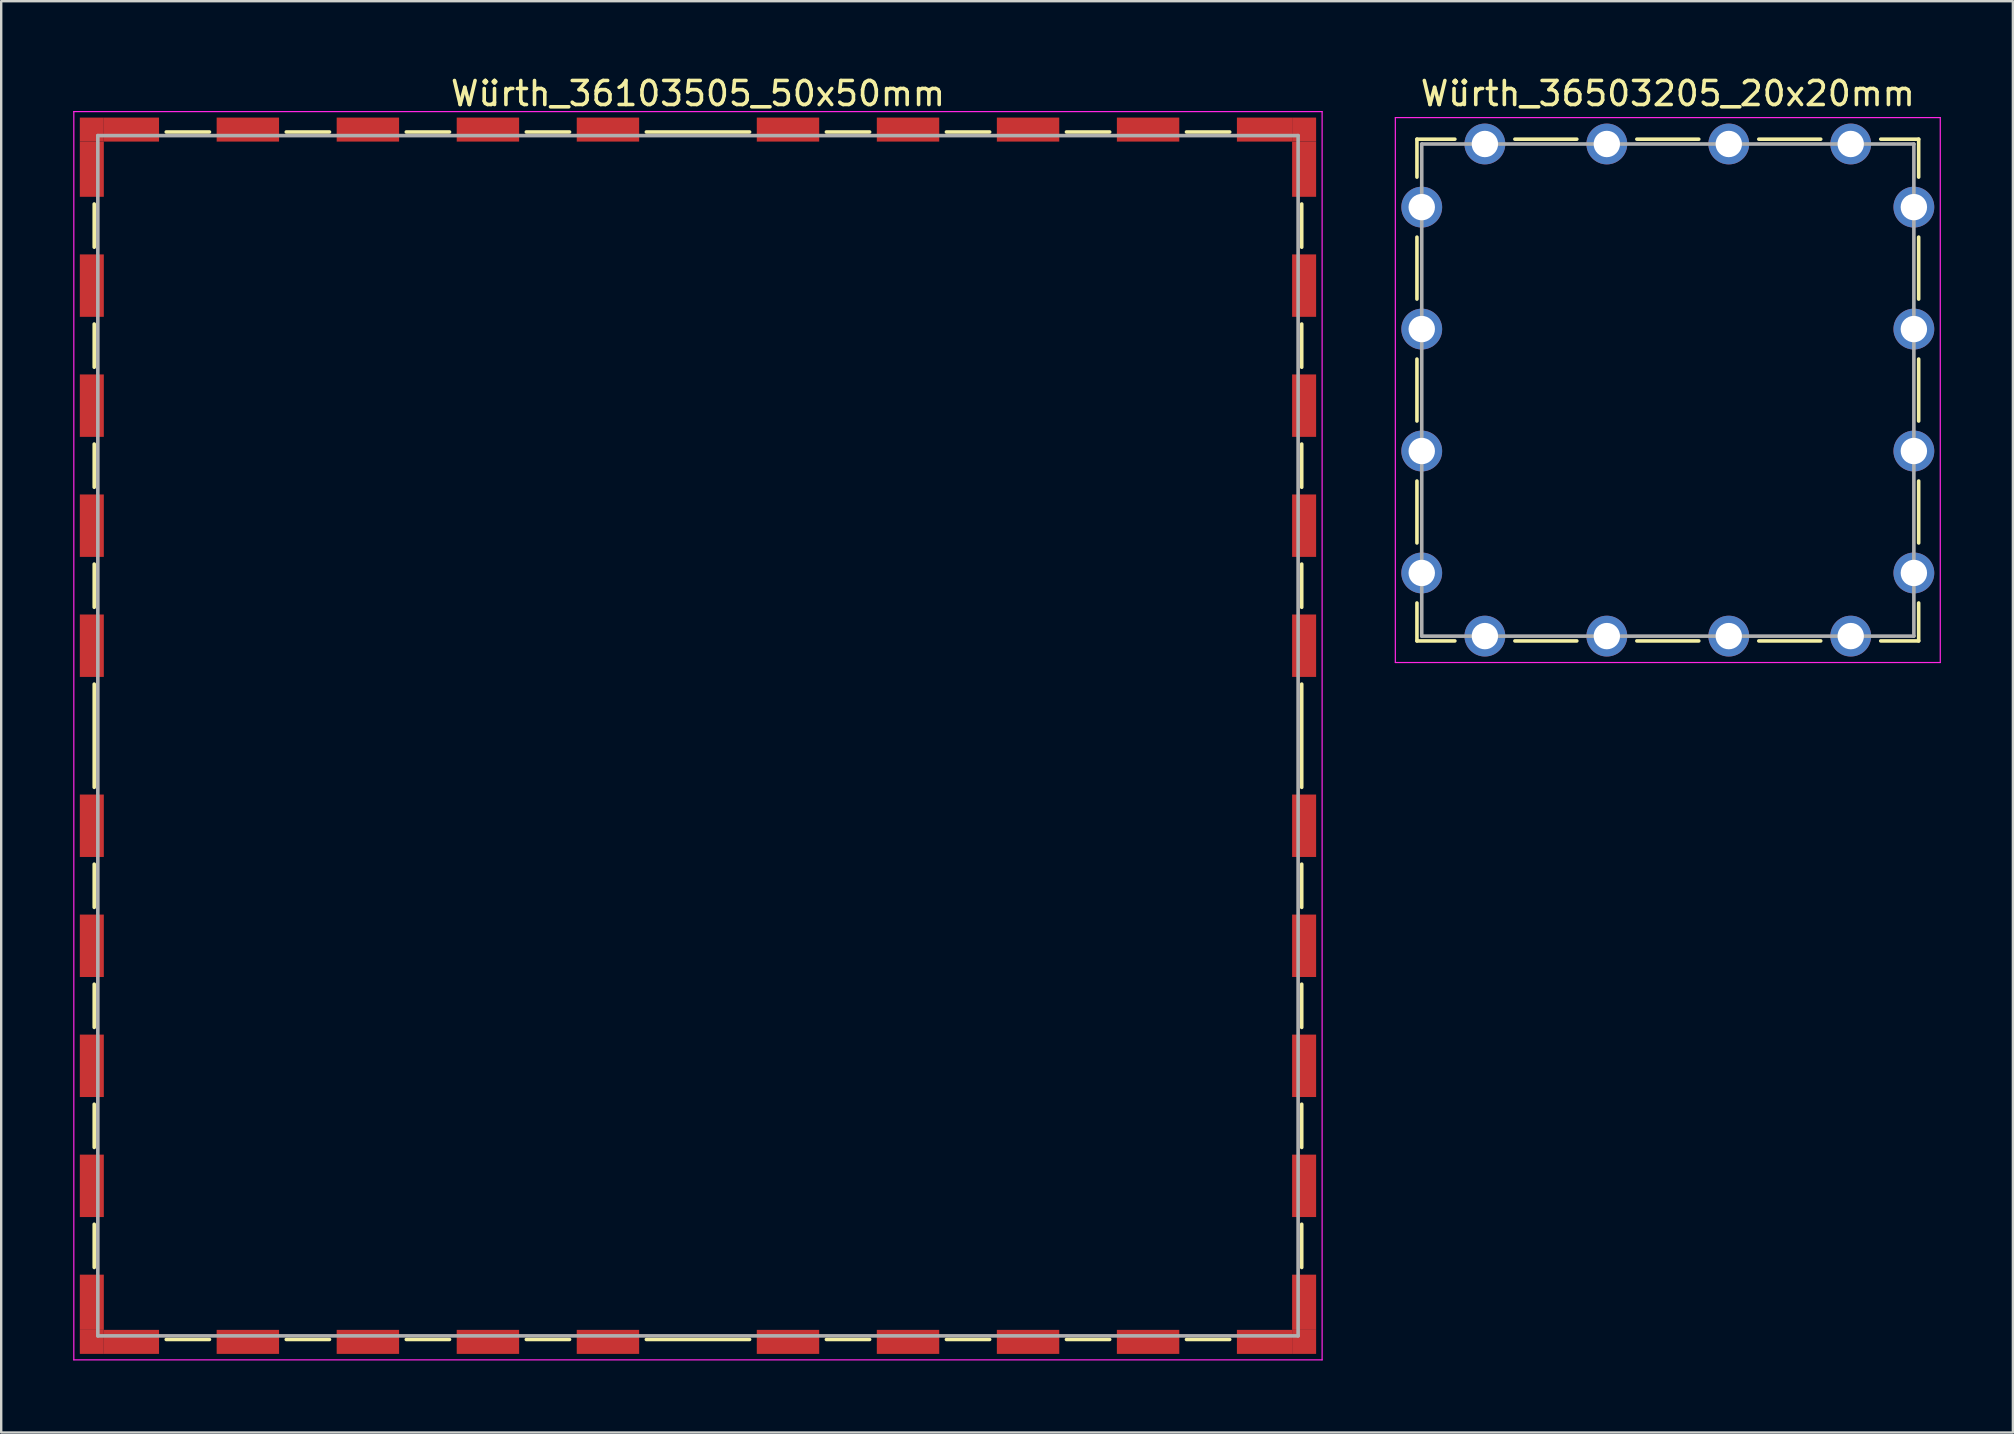
<source format=kicad_pcb>
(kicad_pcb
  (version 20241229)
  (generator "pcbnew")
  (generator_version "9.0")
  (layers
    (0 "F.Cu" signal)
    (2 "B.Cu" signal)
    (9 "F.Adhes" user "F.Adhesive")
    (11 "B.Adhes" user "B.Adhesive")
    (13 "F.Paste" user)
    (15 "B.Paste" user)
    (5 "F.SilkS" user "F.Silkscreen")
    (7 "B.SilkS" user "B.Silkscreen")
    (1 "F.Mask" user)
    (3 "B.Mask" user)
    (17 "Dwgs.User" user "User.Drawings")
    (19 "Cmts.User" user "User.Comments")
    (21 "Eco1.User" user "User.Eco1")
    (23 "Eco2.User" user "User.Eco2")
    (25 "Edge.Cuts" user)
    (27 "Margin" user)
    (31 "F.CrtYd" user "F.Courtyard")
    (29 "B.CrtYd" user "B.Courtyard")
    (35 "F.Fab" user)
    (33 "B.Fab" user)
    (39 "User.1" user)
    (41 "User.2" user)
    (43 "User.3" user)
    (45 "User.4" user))
  (footprint "Würth_36503205_20x20mm"
    (layer "F.Cu")
    (at 66.425 13.198)
    (property "Reference" "Würth_36503205_20x20mm" (at 0 -12.35 0) (layer "F.SilkS") (effects (font (size 1 1) (thickness 0.15))))
    (attr through_hole)
    (fp_line (start -10.45 -8.87) (end -10.45 -10.45) (stroke (width 0.15) (type solid)) (layer "F.SilkS"))
    (fp_line (start -10.45 -3.79) (end -10.45 -6.37) (stroke (width 0.15) (type solid)) (layer "F.SilkS"))
    (fp_line (start -10.45 -1.29) (end -10.45 1.29) (stroke (width 0.15) (type solid)) (layer "F.SilkS"))
    (fp_line (start -10.45 3.79) (end -10.45 6.37) (stroke (width 0.15) (type solid)) (layer "F.SilkS"))
    (fp_line (start -10.45 8.87) (end -10.45 10.45) (stroke (width 0.15) (type solid)) (layer "F.SilkS"))
    (fp_line (start -8.87 -10.45) (end -10.45 -10.45) (stroke (width 0.15) (type solid)) (layer "F.SilkS"))
    (fp_line (start -8.87 10.45) (end -10.45 10.45) (stroke (width 0.15) (type solid)) (layer "F.SilkS"))
    (fp_line (start -3.79 -10.45) (end -6.37 -10.45) (stroke (width 0.15) (type solid)) (layer "F.SilkS"))
    (fp_line (start -3.79 10.45) (end -6.37 10.45) (stroke (width 0.15) (type solid)) (layer "F.SilkS"))
    (fp_line (start 1.29 -10.45) (end -1.29 -10.45) (stroke (width 0.15) (type solid)) (layer "F.SilkS"))
    (fp_line (start 1.29 10.45) (end -1.29 10.45) (stroke (width 0.15) (type solid)) (layer "F.SilkS"))
    (fp_line (start 3.79 -10.45) (end 6.37 -10.45) (stroke (width 0.15) (type solid)) (layer "F.SilkS"))
    (fp_line (start 3.79 10.45) (end 6.37 10.45) (stroke (width 0.15) (type solid)) (layer "F.SilkS"))
    (fp_line (start 8.87 -10.45) (end 10.45 -10.45) (stroke (width 0.15) (type solid)) (layer "F.SilkS"))
    (fp_line (start 8.87 10.45) (end 10.45 10.45) (stroke (width 0.15) (type solid)) (layer "F.SilkS"))
    (fp_line (start 10.45 -8.87) (end 10.45 -10.45) (stroke (width 0.15) (type solid)) (layer "F.SilkS"))
    (fp_line (start 10.45 -3.79) (end 10.45 -6.37) (stroke (width 0.15) (type solid)) (layer "F.SilkS"))
    (fp_line (start 10.45 1.29) (end 10.45 -1.29) (stroke (width 0.15) (type solid)) (layer "F.SilkS"))
    (fp_line (start 10.45 3.79) (end 10.45 6.37) (stroke (width 0.15) (type solid)) (layer "F.SilkS"))
    (fp_line (start 10.45 8.87) (end 10.45 10.45) (stroke (width 0.15) (type solid)) (layer "F.SilkS"))
    (fp_line (start -11.35 -11.35) (end -11.35 11.35) (stroke (width 0.05) (type solid)) (layer "F.CrtYd"))
    (fp_line (start -11.35 11.35) (end 11.35 11.35) (stroke (width 0.05) (type solid)) (layer "F.CrtYd"))
    (fp_line (start 11.35 -11.35) (end -11.35 -11.35) (stroke (width 0.05) (type solid)) (layer "F.CrtYd"))
    (fp_line (start 11.35 11.35) (end 11.35 -11.35) (stroke (width 0.05) (type solid)) (layer "F.CrtYd"))
    (fp_line (start -10.25 -10.25) (end -10.25 10.25) (stroke (width 0.15) (type solid)) (layer "F.Fab"))
    (fp_line (start -10.25 10.25) (end 10.25 10.25) (stroke (width 0.15) (type solid)) (layer "F.Fab"))
    (fp_line (start 10.25 -10.25) (end -10.25 -10.25) (stroke (width 0.15) (type solid)) (layer "F.Fab"))
    (fp_line (start 10.25 10.25) (end 10.25 -10.25) (stroke (width 0.15) (type solid)) (layer "F.Fab"))
    (pad "1" thru_hole circle (at -10.25 -7.62) (size 1.7 1.7) (drill 1.1) (layers "*.Cu" "*.Mask"))
    (pad "1" thru_hole circle (at -10.25 -2.54) (size 1.7 1.7) (drill 1.1) (layers "*.Cu" "*.Mask"))
    (pad "1" thru_hole circle (at -10.25 2.54) (size 1.7 1.7) (drill 1.1) (layers "*.Cu" "*.Mask"))
    (pad "1" thru_hole circle (at -10.25 7.62) (size 1.7 1.7) (drill 1.1) (layers "*.Cu" "*.Mask"))
    (pad "1" thru_hole circle (at -7.62 -10.25) (size 1.7 1.7) (drill 1.1) (layers "*.Cu" "*.Mask"))
    (pad "1" thru_hole circle (at -7.62 10.25) (size 1.7 1.7) (drill 1.1) (layers "*.Cu" "*.Mask"))
    (pad "1" thru_hole circle (at -2.54 -10.25) (size 1.7 1.7) (drill 1.1) (layers "*.Cu" "*.Mask"))
    (pad "1" thru_hole circle (at -2.54 10.25) (size 1.7 1.7) (drill 1.1) (layers "*.Cu" "*.Mask"))
    (pad "1" thru_hole circle (at 2.54 -10.25) (size 1.7 1.7) (drill 1.1) (layers "*.Cu" "*.Mask"))
    (pad "1" thru_hole circle (at 2.54 10.25) (size 1.7 1.7) (drill 1.1) (layers "*.Cu" "*.Mask"))
    (pad "1" thru_hole circle (at 7.62 -10.25) (size 1.7 1.7) (drill 1.1) (layers "*.Cu" "*.Mask"))
    (pad "1" thru_hole circle (at 7.62 10.25) (size 1.7 1.7) (drill 1.1) (layers "*.Cu" "*.Mask"))
    (pad "1" thru_hole circle (at 10.25 -7.62) (size 1.7 1.7) (drill 1.1) (layers "*.Cu" "*.Mask"))
    (pad "1" thru_hole circle (at 10.25 -2.54) (size 1.7 1.7) (drill 1.1) (layers "*.Cu" "*.Mask"))
    (pad "1" thru_hole circle (at 10.25 2.54) (size 1.7 1.7) (drill 1.1) (layers "*.Cu" "*.Mask"))
    (pad "1" thru_hole circle (at 10.25 7.62) (size 1.7 1.7) (drill 1.1) (layers "*.Cu" "*.Mask")))
  (footprint "Würth_36103505_50x50mm"
    (layer "F.Cu")
    (at 26.025 27.598)
    (property "Reference" "Würth_36103505_50x50mm" (at 0 -26.75 0) (layer "F.SilkS") (effects (font (size 1 1) (thickness 0.15))))
    (attr smd)
    (fp_line (start -25.15 -22.15) (end -25.15 -20.35) (stroke (width 0.15) (type solid)) (layer "F.SilkS"))
    (fp_line (start -25.15 -17.15) (end -25.15 -15.35) (stroke (width 0.15) (type solid)) (layer "F.SilkS"))
    (fp_line (start -25.15 -12.15) (end -25.15 -10.35) (stroke (width 0.15) (type solid)) (layer "F.SilkS"))
    (fp_line (start -25.15 -7.15) (end -25.15 -5.35) (stroke (width 0.15) (type solid)) (layer "F.SilkS"))
    (fp_line (start -25.15 -2.15) (end -25.15 2.15) (stroke (width 0.15) (type solid)) (layer "F.SilkS"))
    (fp_line (start -25.15 5.35) (end -25.15 7.15) (stroke (width 0.15) (type solid)) (layer "F.SilkS"))
    (fp_line (start -25.15 10.35) (end -25.15 12.15) (stroke (width 0.15) (type solid)) (layer "F.SilkS"))
    (fp_line (start -25.15 15.35) (end -25.15 17.15) (stroke (width 0.15) (type solid)) (layer "F.SilkS"))
    (fp_line (start -25.15 20.35) (end -25.15 22.15) (stroke (width 0.15) (type solid)) (layer "F.SilkS"))
    (fp_line (start -22.15 -25.15) (end -20.35 -25.15) (stroke (width 0.15) (type solid)) (layer "F.SilkS"))
    (fp_line (start -22.15 25.15) (end -20.35 25.15) (stroke (width 0.15) (type solid)) (layer "F.SilkS"))
    (fp_line (start -17.15 -25.15) (end -15.35 -25.15) (stroke (width 0.15) (type solid)) (layer "F.SilkS"))
    (fp_line (start -17.15 25.15) (end -15.35 25.15) (stroke (width 0.15) (type solid)) (layer "F.SilkS"))
    (fp_line (start -12.15 -25.15) (end -10.35 -25.15) (stroke (width 0.15) (type solid)) (layer "F.SilkS"))
    (fp_line (start -12.15 25.15) (end -10.35 25.15) (stroke (width 0.15) (type solid)) (layer "F.SilkS"))
    (fp_line (start -7.15 -25.15) (end -5.35 -25.15) (stroke (width 0.15) (type solid)) (layer "F.SilkS"))
    (fp_line (start -7.15 25.15) (end -5.35 25.15) (stroke (width 0.15) (type solid)) (layer "F.SilkS"))
    (fp_line (start -2.15 -25.15) (end 2.15 -25.15) (stroke (width 0.15) (type solid)) (layer "F.SilkS"))
    (fp_line (start -2.15 25.15) (end 2.15 25.15) (stroke (width 0.15) (type solid)) (layer "F.SilkS"))
    (fp_line (start 5.35 -25.15) (end 7.15 -25.15) (stroke (width 0.15) (type solid)) (layer "F.SilkS"))
    (fp_line (start 5.35 25.15) (end 7.15 25.15) (stroke (width 0.15) (type solid)) (layer "F.SilkS"))
    (fp_line (start 10.35 -25.15) (end 12.15 -25.15) (stroke (width 0.15) (type solid)) (layer "F.SilkS"))
    (fp_line (start 10.35 25.15) (end 12.15 25.15) (stroke (width 0.15) (type solid)) (layer "F.SilkS"))
    (fp_line (start 15.35 -25.15) (end 17.15 -25.15) (stroke (width 0.15) (type solid)) (layer "F.SilkS"))
    (fp_line (start 15.35 25.15) (end 17.15 25.15) (stroke (width 0.15) (type solid)) (layer "F.SilkS"))
    (fp_line (start 20.35 -25.15) (end 22.15 -25.15) (stroke (width 0.15) (type solid)) (layer "F.SilkS"))
    (fp_line (start 20.35 25.15) (end 22.15 25.15) (stroke (width 0.15) (type solid)) (layer "F.SilkS"))
    (fp_line (start 25.15 -22.15) (end 25.15 -20.35) (stroke (width 0.15) (type solid)) (layer "F.SilkS"))
    (fp_line (start 25.15 -17.15) (end 25.15 -15.35) (stroke (width 0.15) (type solid)) (layer "F.SilkS"))
    (fp_line (start 25.15 -12.15) (end 25.15 -10.35) (stroke (width 0.15) (type solid)) (layer "F.SilkS"))
    (fp_line (start 25.15 -7.15) (end 25.15 -5.35) (stroke (width 0.15) (type solid)) (layer "F.SilkS"))
    (fp_line (start 25.15 -2.15) (end 25.15 2.15) (stroke (width 0.15) (type solid)) (layer "F.SilkS"))
    (fp_line (start 25.15 5.35) (end 25.15 7.15) (stroke (width 0.15) (type solid)) (layer "F.SilkS"))
    (fp_line (start 25.15 10.35) (end 25.15 12.15) (stroke (width 0.15) (type solid)) (layer "F.SilkS"))
    (fp_line (start 25.15 15.35) (end 25.15 17.15) (stroke (width 0.15) (type solid)) (layer "F.SilkS"))
    (fp_line (start 25.15 20.35) (end 25.15 22.15) (stroke (width 0.15) (type solid)) (layer "F.SilkS"))
    (fp_line (start -26 -26) (end -26 26) (stroke (width 0.05) (type solid)) (layer "F.CrtYd"))
    (fp_line (start -26 26) (end 26 26) (stroke (width 0.05) (type solid)) (layer "F.CrtYd"))
    (fp_line (start 26 -26) (end -26 -26) (stroke (width 0.05) (type solid)) (layer "F.CrtYd"))
    (fp_line (start 26 26) (end 26 -26) (stroke (width 0.05) (type solid)) (layer "F.CrtYd"))
    (fp_line (start -25 -25) (end -25 25) (stroke (width 0.15) (type solid)) (layer "F.Fab"))
    (fp_line (start -25 25) (end 25 25) (stroke (width 0.15) (type solid)) (layer "F.Fab"))
    (fp_line (start 25 -25) (end -25 -25) (stroke (width 0.15) (type solid)) (layer "F.Fab"))
    (fp_line (start 25 25) (end 25 -25) (stroke (width 0.15) (type solid)) (layer "F.Fab"))
    (pad "1" smd rect (at -25.25 -25.25) (size 1 1) (layers "F.Cu" "F.Mask"))
    (pad "1" smd rect (at -25.25 -23.6) (size 1 2.3) (layers "F.Cu" "F.Mask"))
    (pad "1" smd rect (at -25.25 -18.75) (size 1 2.6) (layers "F.Cu" "F.Mask"))
    (pad "1" smd rect (at -25.25 -13.75) (size 1 2.6) (layers "F.Cu" "F.Mask"))
    (pad "1" smd rect (at -25.25 -8.75) (size 1 2.6) (layers "F.Cu" "F.Mask"))
    (pad "1" smd rect (at -25.25 -3.75) (size 1 2.6) (layers "F.Cu" "F.Mask"))
    (pad "1" smd rect (at -25.25 3.75) (size 1 2.6) (layers "F.Cu" "F.Mask"))
    (pad "1" smd rect (at -25.25 8.75) (size 1 2.6) (layers "F.Cu" "F.Mask"))
    (pad "1" smd rect (at -25.25 13.75) (size 1 2.6) (layers "F.Cu" "F.Mask"))
    (pad "1" smd rect (at -25.25 18.75) (size 1 2.6) (layers "F.Cu" "F.Mask"))
    (pad "1" smd rect (at -25.25 23.6) (size 1 2.3) (layers "F.Cu" "F.Mask"))
    (pad "1" smd rect (at -25.25 25.25) (size 1 1) (layers "F.Cu" "F.Mask"))
    (pad "1" smd rect (at -23.6 -25.25) (size 2.3 1) (layers "F.Cu" "F.Mask"))
    (pad "1" smd rect (at -23.6 25.25) (size 2.3 1) (layers "F.Cu" "F.Mask"))
    (pad "1" smd rect (at -18.75 -25.25) (size 2.6 1) (layers "F.Cu" "F.Mask"))
    (pad "1" smd rect (at -18.75 25.25) (size 2.6 1) (layers "F.Cu" "F.Mask"))
    (pad "1" smd rect (at -13.75 -25.25) (size 2.6 1) (layers "F.Cu" "F.Mask"))
    (pad "1" smd rect (at -13.75 25.25) (size 2.6 1) (layers "F.Cu" "F.Mask"))
    (pad "1" smd rect (at -8.75 -25.25) (size 2.6 1) (layers "F.Cu" "F.Mask"))
    (pad "1" smd rect (at -8.75 25.25) (size 2.6 1) (layers "F.Cu" "F.Mask"))
    (pad "1" smd rect (at -3.75 -25.25) (size 2.6 1) (layers "F.Cu" "F.Mask"))
    (pad "1" smd rect (at -3.75 25.25) (size 2.6 1) (layers "F.Cu" "F.Mask"))
    (pad "1" smd rect (at 3.75 -25.25) (size 2.6 1) (layers "F.Cu" "F.Mask"))
    (pad "1" smd rect (at 3.75 25.25) (size 2.6 1) (layers "F.Cu" "F.Mask"))
    (pad "1" smd rect (at 8.75 -25.25) (size 2.6 1) (layers "F.Cu" "F.Mask"))
    (pad "1" smd rect (at 8.75 25.25) (size 2.6 1) (layers "F.Cu" "F.Mask"))
    (pad "1" smd rect (at 13.75 -25.25) (size 2.6 1) (layers "F.Cu" "F.Mask"))
    (pad "1" smd rect (at 13.75 25.25) (size 2.6 1) (layers "F.Cu" "F.Mask"))
    (pad "1" smd rect (at 18.75 -25.25) (size 2.6 1) (layers "F.Cu" "F.Mask"))
    (pad "1" smd rect (at 18.75 25.25) (size 2.6 1) (layers "F.Cu" "F.Mask"))
    (pad "1" smd rect (at 23.6 -25.25) (size 2.3 1) (layers "F.Cu" "F.Mask"))
    (pad "1" smd rect (at 23.6 25.25) (size 2.3 1) (layers "F.Cu" "F.Mask"))
    (pad "1" smd rect (at 25.25 -25.25) (size 1 1) (layers "F.Cu" "F.Mask"))
    (pad "1" smd rect (at 25.25 -23.6) (size 1 2.3) (layers "F.Cu" "F.Mask"))
    (pad "1" smd rect (at 25.25 -18.75) (size 1 2.6) (layers "F.Cu" "F.Mask"))
    (pad "1" smd rect (at 25.25 -13.75) (size 1 2.6) (layers "F.Cu" "F.Mask"))
    (pad "1" smd rect (at 25.25 -8.75) (size 1 2.6) (layers "F.Cu" "F.Mask"))
    (pad "1" smd rect (at 25.25 -3.75) (size 1 2.6) (layers "F.Cu" "F.Mask"))
    (pad "1" smd rect (at 25.25 3.75) (size 1 2.6) (layers "F.Cu" "F.Mask"))
    (pad "1" smd rect (at 25.25 8.75) (size 1 2.6) (layers "F.Cu" "F.Mask"))
    (pad "1" smd rect (at 25.25 13.75) (size 1 2.6) (layers "F.Cu" "F.Mask"))
    (pad "1" smd rect (at 25.25 18.75) (size 1 2.6) (layers "F.Cu" "F.Mask"))
    (pad "1" smd rect (at 25.25 23.6) (size 1 2.3) (layers "F.Cu" "F.Mask"))
    (pad "1" smd rect (at 25.25 25.25) (size 1 1) (layers "F.Cu" "F.Mask")))
  (gr_rect
    (start -3 -3)
    (end 80.8 56.623)
    (stroke (width 0.1) (type default))
    (fill no)
    (layer "Edge.Cuts")))
</source>
